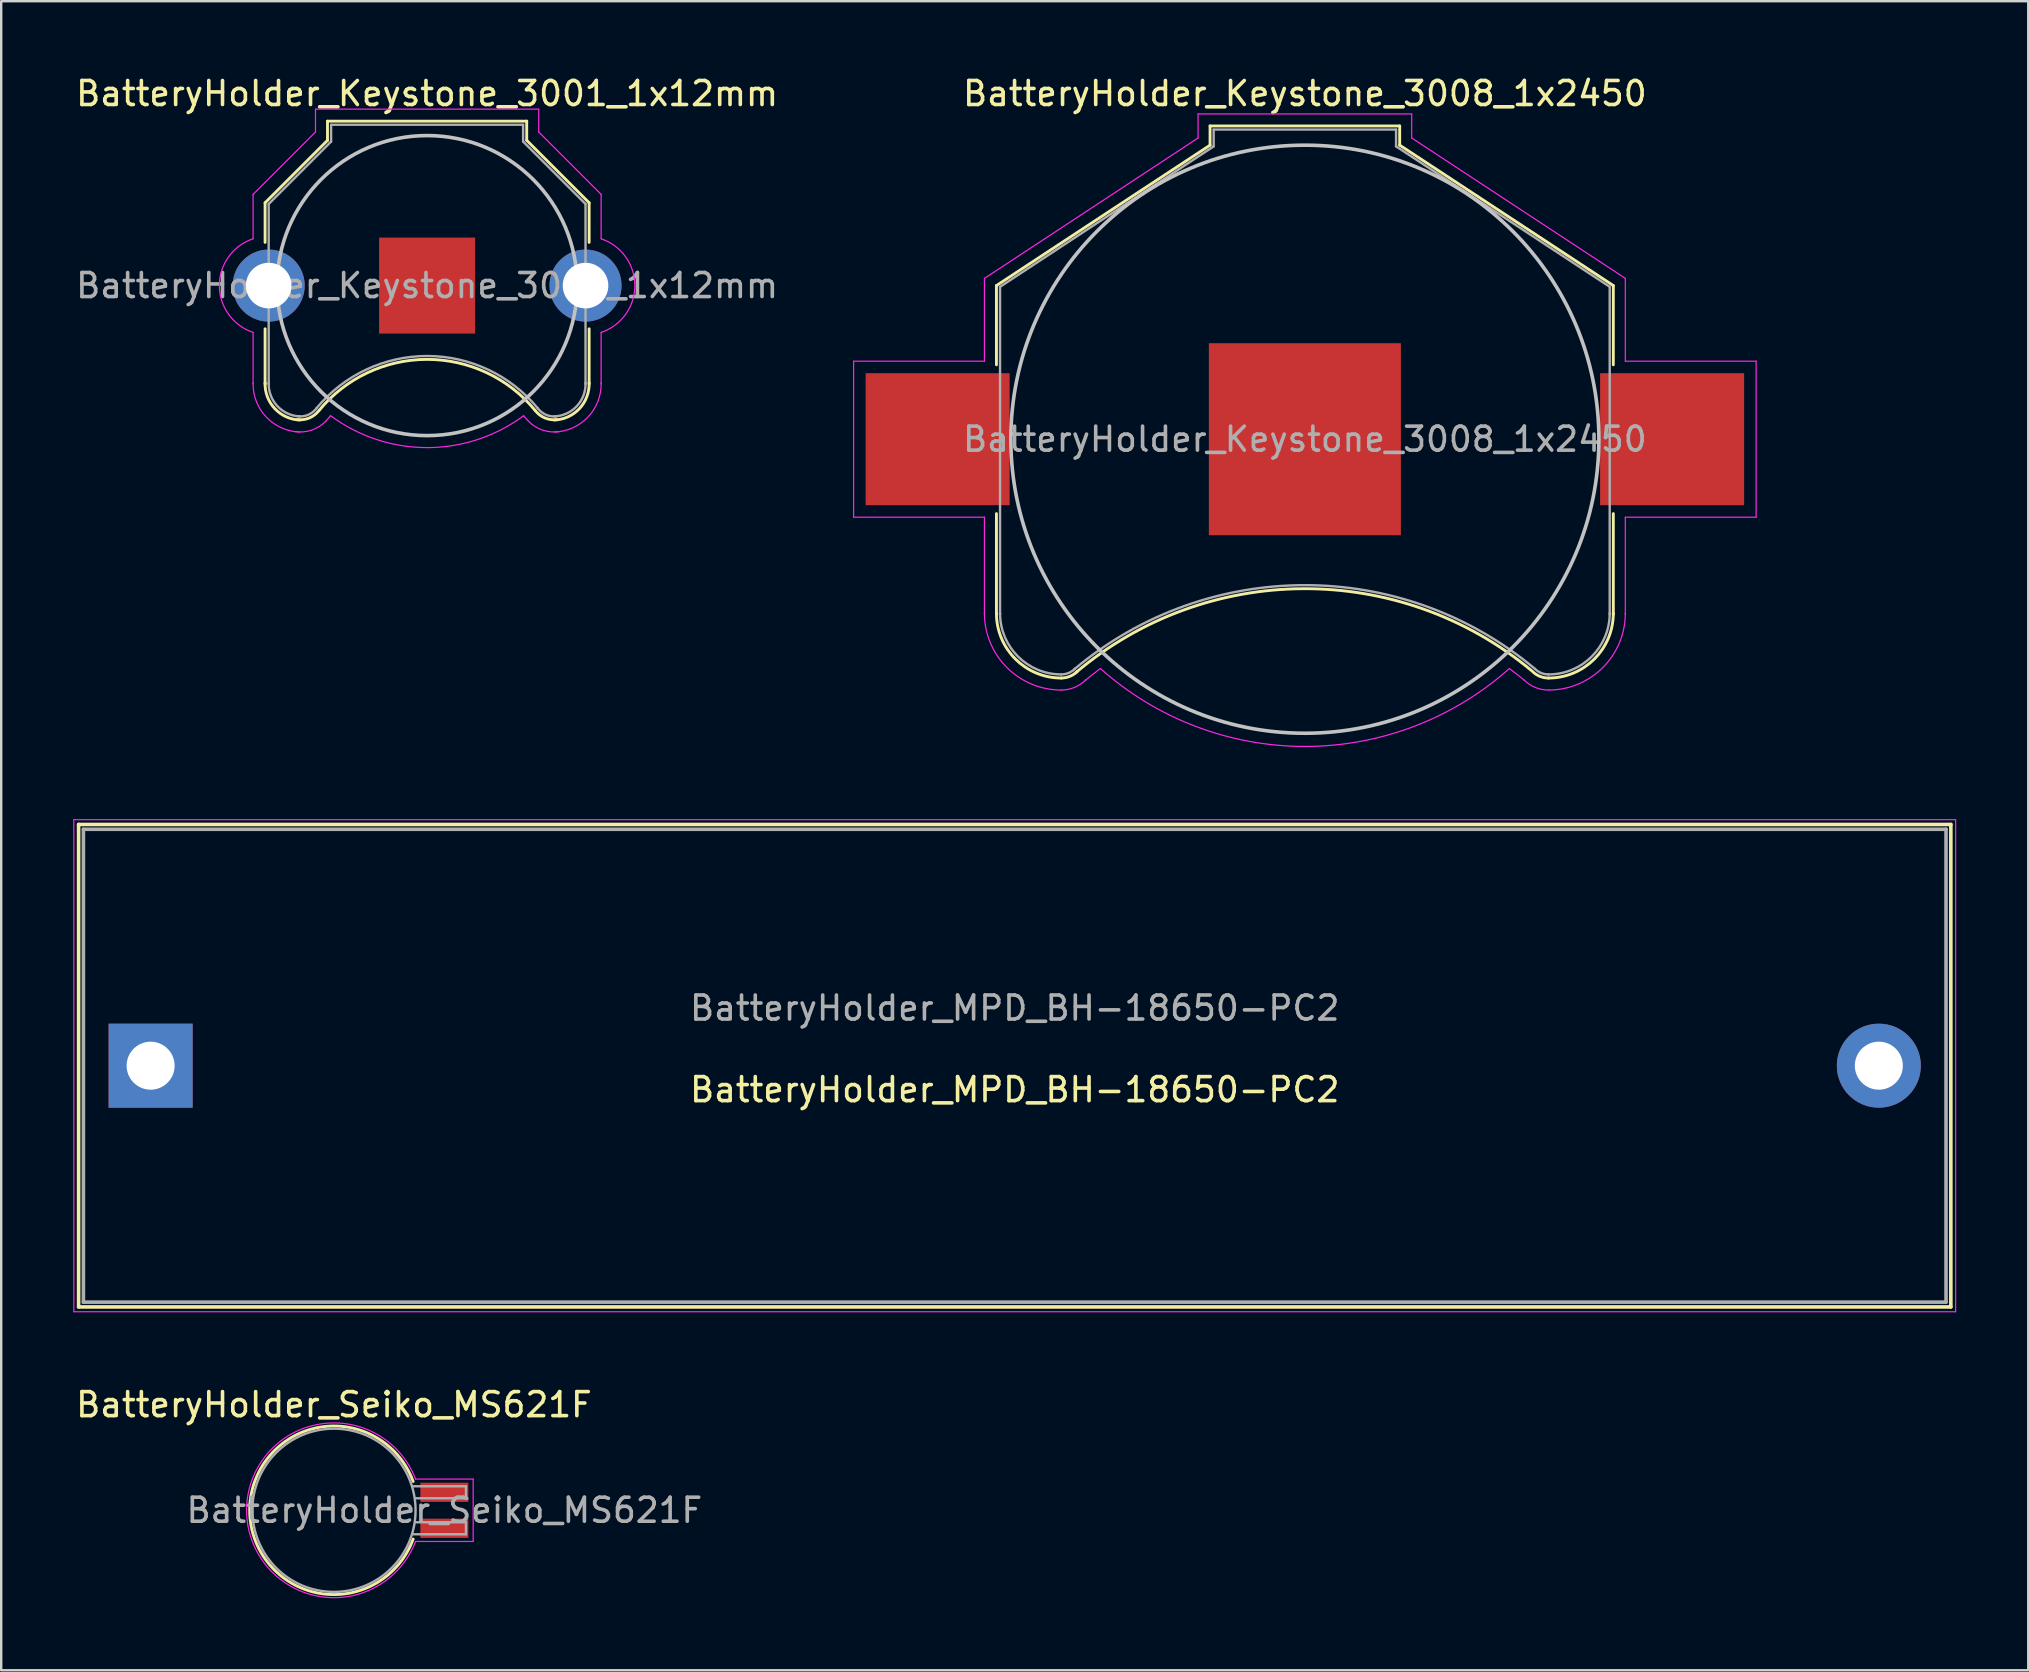
<source format=kicad_pcb>
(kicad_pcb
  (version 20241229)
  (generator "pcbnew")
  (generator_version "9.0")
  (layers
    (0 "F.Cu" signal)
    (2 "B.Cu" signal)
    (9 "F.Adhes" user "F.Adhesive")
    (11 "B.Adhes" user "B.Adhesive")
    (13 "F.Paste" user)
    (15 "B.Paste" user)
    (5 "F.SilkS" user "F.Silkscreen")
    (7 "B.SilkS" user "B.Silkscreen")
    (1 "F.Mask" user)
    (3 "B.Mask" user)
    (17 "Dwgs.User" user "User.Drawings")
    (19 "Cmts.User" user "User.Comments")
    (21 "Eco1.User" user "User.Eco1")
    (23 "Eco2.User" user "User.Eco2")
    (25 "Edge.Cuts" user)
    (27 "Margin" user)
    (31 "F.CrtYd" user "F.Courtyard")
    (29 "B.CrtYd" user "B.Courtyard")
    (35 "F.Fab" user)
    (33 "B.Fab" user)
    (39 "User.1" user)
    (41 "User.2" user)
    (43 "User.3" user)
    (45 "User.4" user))
  (footprint "BatteryHolder_Keystone_3001_1x12mm"
    (layer "F.Cu")
    (at 14.744 8.848)
    (property "Reference" "BatteryHolder_Keystone_3001_1x12mm" (at 0 -8 0) (layer "F.SilkS") (effects (font (size 1 1) (thickness 0.15))))
    (attr through_hole)
    (fp_line (start -6.75 -3.45) (end -4.15 -6.05) (stroke (width 0.12) (type solid)) (layer "F.SilkS"))
    (fp_line (start -6.75 -1.8) (end -6.75 -3.45) (stroke (width 0.12) (type solid)) (layer "F.SilkS"))
    (fp_line (start -6.75 1.8) (end -6.75 4.1) (stroke (width 0.12) (type solid)) (layer "F.SilkS"))
    (fp_line (start -4.15 -6.85) (end 4.15 -6.85) (stroke (width 0.12) (type solid)) (layer "F.SilkS"))
    (fp_line (start -4.15 -6.05) (end -4.15 -6.85) (stroke (width 0.12) (type solid)) (layer "F.SilkS"))
    (fp_line (start 4.15 -6.85) (end 4.15 -6.05) (stroke (width 0.12) (type solid)) (layer "F.SilkS"))
    (fp_line (start 4.15 -6.05) (end 6.75 -3.45) (stroke (width 0.12) (type solid)) (layer "F.SilkS"))
    (fp_line (start 6.75 -3.45) (end 6.75 -1.8) (stroke (width 0.12) (type solid)) (layer "F.SilkS"))
    (fp_line (start 6.75 1.8) (end 6.75 4.1) (stroke (width 0.12) (type solid)) (layer "F.SilkS"))
    (fp_arc (start -5.3 5.6) (mid -6.346016 5.125305) (end -6.75 4.05) (stroke (width 0.12) (type solid)) (layer "F.SilkS"))
    (fp_arc (start -4.5 5.2) (mid -4.90584 5.514615) (end -5.414615 5.58416) (stroke (width 0.12) (type solid)) (layer "F.SilkS"))
    (fp_arc (start -4.5 5.2) (mid -0.007341 3.0742) (end 4.490661 5.188671) (stroke (width 0.12) (type solid)) (layer "F.SilkS"))
    (fp_arc (start 5.414615 5.58416) (mid 4.90584 5.514615) (end 4.5 5.2) (stroke (width 0.12) (type solid)) (layer "F.SilkS"))
    (fp_arc (start 6.75 4.05) (mid 6.346016 5.125305) (end 5.3 5.6) (stroke (width 0.12) (type solid)) (layer "F.SilkS"))
    (fp_circle (center 0 0) (end 0 6.25) (stroke (width 0.15) (type solid)) (fill no) (layer "Dwgs.User"))
    (fp_line (start -7.25 -3.8) (end -4.65 -6.4) (stroke (width 0.05) (type solid)) (layer "F.CrtYd"))
    (fp_line (start -7.25 -1.95) (end -7.25 -3.8) (stroke (width 0.05) (type solid)) (layer "F.CrtYd"))
    (fp_line (start -7.25 1.95) (end -7.25 4.1) (stroke (width 0.05) (type solid)) (layer "F.CrtYd"))
    (fp_line (start -4.65 -7.35) (end 4.65 -7.35) (stroke (width 0.05) (type solid)) (layer "F.CrtYd"))
    (fp_line (start -4.65 -6.4) (end -4.65 -7.35) (stroke (width 0.05) (type solid)) (layer "F.CrtYd"))
    (fp_line (start 4.65 -6.4) (end 4.65 -7.35) (stroke (width 0.05) (type solid)) (layer "F.CrtYd"))
    (fp_line (start 7.25 -3.8) (end 4.65 -6.4) (stroke (width 0.05) (type solid)) (layer "F.CrtYd"))
    (fp_line (start 7.25 -1.95) (end 7.25 -3.8) (stroke (width 0.05) (type solid)) (layer "F.CrtYd"))
    (fp_line (start 7.25 1.95) (end 7.25 4.1) (stroke (width 0.05) (type solid)) (layer "F.CrtYd"))
    (fp_arc (start -7.25 1.95) (mid -8.655479 0.002334) (end -7.254426 -1.948519) (stroke (width 0.05) (type solid)) (layer "F.CrtYd"))
    (fp_arc (start -5.3 6.1) (mid -6.699569 5.478858) (end -7.25 4.05) (stroke (width 0.05) (type solid)) (layer "F.CrtYd"))
    (fp_arc (start -4.22 5.65) (mid -4.814553 6.021742) (end -5.513125 6.082436) (stroke (width 0.05) (type solid)) (layer "F.CrtYd"))
    (fp_arc (start -4.22 5.65) (mid -4.123743 5.534157) (end -4.024388 5.42096) (stroke (width 0.05) (type solid)) (layer "F.CrtYd"))
    (fp_arc (start 0 6.75) (mid -2.119449 6.408622) (end -4.024518 5.419018) (stroke (width 0.05) (type solid)) (layer "F.CrtYd"))
    (fp_arc (start 4.024518 5.419018) (mid 2.119449 6.408622) (end 0 6.75) (stroke (width 0.05) (type solid)) (layer "F.CrtYd"))
    (fp_arc (start 4.02471 5.432858) (mid 4.123824 5.540108) (end 4.22 5.65) (stroke (width 0.05) (type solid)) (layer "F.CrtYd"))
    (fp_arc (start 5.513125 6.082436) (mid 4.814553 6.021742) (end 4.22 5.65) (stroke (width 0.05) (type solid)) (layer "F.CrtYd"))
    (fp_arc (start 7.25 4.05) (mid 6.699569 5.478858) (end 5.3 6.1) (stroke (width 0.05) (type solid)) (layer "F.CrtYd"))
    (fp_arc (start 7.254426 -1.948519) (mid 8.655479 0.002334) (end 7.25 1.95) (stroke (width 0.05) (type solid)) (layer "F.CrtYd"))
    (fp_line (start -6.6 -3.4) (end -6.6 4.1) (stroke (width 0.1) (type solid)) (layer "F.Fab"))
    (fp_line (start -4 -6.7) (end -4 -6) (stroke (width 0.1) (type solid)) (layer "F.Fab"))
    (fp_line (start -4 -6.7) (end 4 -6.7) (stroke (width 0.1) (type solid)) (layer "F.Fab"))
    (fp_line (start -4 -6) (end -6.6 -3.4) (stroke (width 0.1) (type solid)) (layer "F.Fab"))
    (fp_line (start 4 -6.7) (end 4 -6) (stroke (width 0.1) (type solid)) (layer "F.Fab"))
    (fp_line (start 4 -6) (end 6.6 -3.4) (stroke (width 0.1) (type solid)) (layer "F.Fab"))
    (fp_line (start 6.6 -3.4) (end 6.6 4.1) (stroke (width 0.1) (type solid)) (layer "F.Fab"))
    (fp_arc (start -5.3 5.45) (mid -6.239949 5.019239) (end -6.6 4.05) (stroke (width 0.1) (type solid)) (layer "F.Fab"))
    (fp_arc (start -4.6 5.1) (mid -4.942443 5.378013) (end -5.378013 5.447558) (stroke (width 0.1) (type solid)) (layer "F.Fab"))
    (fp_arc (start -4.6 5.1) (mid 0.006214 2.93343) (end 4.607905 5.109589) (stroke (width 0.1) (type solid)) (layer "F.Fab"))
    (fp_arc (start 5.378013 5.447558) (mid 4.942442 5.378013) (end 4.6 5.1) (stroke (width 0.1) (type solid)) (layer "F.Fab"))
    (fp_arc (start 6.6 4.05) (mid 6.239949 5.019239) (end 5.3 5.45) (stroke (width 0.1) (type solid)) (layer "F.Fab"))
    (fp_text user "${REFERENCE}" (at 0 0 0) (layer "F.Fab") (effects (font (size 1 1) (thickness 0.15))))
    (pad "1" thru_hole circle (at -6.6 0) (size 3 3) (drill 1.9) (layers "*.Cu" "*.Mask"))
    (pad "1" thru_hole circle (at 6.6 0) (size 3 3) (drill 1.9) (layers "*.Cu" "*.Mask"))
    (pad "2" smd rect (at 0 0) (size 4 4) (layers "F.Cu" "F.Mask")))
  (footprint "BatteryHolder_Seiko_MS621F"
    (layer "F.Cu")
    (at 15.463 59.871)
    (property "Reference" "BatteryHolder_Seiko_MS621F" (at -4.6 -4.4 0) (layer "F.SilkS") (effects (font (size 1 1) (thickness 0.15))))
    (attr smd)
    (fp_arc (start -1.3 1.2) (mid -8.11141 0.001035) (end -1.300708 -1.201946) (stroke (width 0.12) (type solid)) (layer "F.SilkS"))
    (fp_line (start -1.2 -1.3) (end 1.2 -1.3) (stroke (width 0.05) (type solid)) (layer "F.CrtYd"))
    (fp_line (start 1.2 -1.3) (end 1.2 1.3) (stroke (width 0.05) (type solid)) (layer "F.CrtYd"))
    (fp_line (start 1.2 1.3) (end -1.2 1.3) (stroke (width 0.05) (type solid)) (layer "F.CrtYd"))
    (fp_arc (start -1.2 1.3) (mid -8.240055 0) (end -1.2 -1.3) (stroke (width 0.05) (type solid)) (layer "F.CrtYd"))
    (fp_line (start -1.3 -1) (end 0.9 -1) (stroke (width 0.1) (type solid)) (layer "F.Fab"))
    (fp_line (start -1.2 0.5) (end 0.9 0.5) (stroke (width 0.1) (type solid)) (layer "F.Fab"))
    (fp_line (start 0.9 -1) (end 0.9 -0.5) (stroke (width 0.1) (type solid)) (layer "F.Fab"))
    (fp_line (start 0.9 -0.5) (end -1.2 -0.5) (stroke (width 0.1) (type solid)) (layer "F.Fab"))
    (fp_line (start 0.9 0.5) (end 0.9 1) (stroke (width 0.1) (type solid)) (layer "F.Fab"))
    (fp_line (start 0.9 1) (end -1.3 1) (stroke (width 0.1) (type solid)) (layer "F.Fab"))
    (fp_circle (center -4.6 0) (end -4.6 3.4) (stroke (width 0.1) (type solid)) (fill no) (layer "F.Fab"))
    (fp_text user "${REFERENCE}" (at 0 0 0) (layer "F.Fab") (effects (font (size 1 1) (thickness 0.15))))
    (pad "1" smd rect (at 0 -0.75) (size 2 0.8) (layers "F.Cu" "F.Mask" "F.Paste"))
    (pad "2" smd rect (at 0 0.75) (size 2 0.8) (layers "F.Cu" "F.Mask" "F.Paste")))
  (footprint "BatteryHolder_MPD_BH-18650-PC2"
    (layer "F.Cu")
    (at 3.225 41.348)
    (property "Reference" "BatteryHolder_MPD_BH-18650-PC2" (at 36 1 0) (layer "F.SilkS") (effects (font (size 1 1) (thickness 0.15))))
    (attr through_hole)
    (fp_line (start -3 -10.05) (end 75 -10.05) (stroke (width 0.15) (type solid)) (layer "F.SilkS"))
    (fp_line (start -3 10.05) (end -3 -10.05) (stroke (width 0.15) (type solid)) (layer "F.SilkS"))
    (fp_line (start 75 -10.05) (end 75 10.05) (stroke (width 0.15) (type solid)) (layer "F.SilkS"))
    (fp_line (start 75 10.05) (end -3 10.05) (stroke (width 0.15) (type solid)) (layer "F.SilkS"))
    (fp_line (start -3.2 -10.25) (end 75.2 -10.25) (stroke (width 0.05) (type solid)) (layer "F.CrtYd"))
    (fp_line (start -3.2 10.25) (end -3.2 -10.25) (stroke (width 0.05) (type solid)) (layer "F.CrtYd"))
    (fp_line (start 75.2 -10.25) (end 75.2 10.25) (stroke (width 0.05) (type solid)) (layer "F.CrtYd"))
    (fp_line (start 75.2 10.25) (end -3.2 10.25) (stroke (width 0.05) (type solid)) (layer "F.CrtYd"))
    (fp_line (start -2.8 -9.85) (end 74.8 -9.85) (stroke (width 0.15) (type solid)) (layer "F.Fab"))
    (fp_line (start -2.8 9.85) (end -2.8 -9.85) (stroke (width 0.15) (type solid)) (layer "F.Fab"))
    (fp_line (start 74.8 -9.85) (end 74.8 9.85) (stroke (width 0.15) (type solid)) (layer "F.Fab"))
    (fp_line (start 74.8 9.85) (end -2.8 9.85) (stroke (width 0.15) (type solid)) (layer "F.Fab"))
    (fp_text user "${REFERENCE}" (at 36 -2.4 0) (layer "F.Fab") (effects (font (size 1 1) (thickness 0.15))))
    (pad "1" thru_hole rect (at 0 0) (size 3.5 3.5) (drill 2) (layers "*.Cu" "*.Mask"))
    (pad "2" thru_hole circle (at 72 0) (size 3.5 3.5) (drill 2) (layers "*.Cu" "*.Mask")))
  (footprint "BatteryHolder_Keystone_3008_1x2450"
    (layer "F.Cu")
    (at 51.313 15.248)
    (property "Reference" "BatteryHolder_Keystone_3008_1x2450" (at 0 -14.4 0) (layer "F.SilkS") (effects (font (size 1 1) (thickness 0.15))))
    (attr smd)
    (fp_line (start -12.85 -6.4) (end -12.85 -3.1) (stroke (width 0.12) (type solid)) (layer "F.SilkS"))
    (fp_line (start -12.85 3.1) (end -12.85 7.3) (stroke (width 0.12) (type solid)) (layer "F.SilkS"))
    (fp_line (start -3.95 -13.05) (end -3.95 -12.25) (stroke (width 0.12) (type solid)) (layer "F.SilkS"))
    (fp_line (start -3.95 -13.05) (end 3.95 -13.05) (stroke (width 0.12) (type solid)) (layer "F.SilkS"))
    (fp_line (start -3.95 -12.25) (end -12.85 -6.4) (stroke (width 0.12) (type solid)) (layer "F.SilkS"))
    (fp_line (start 3.95 -13.05) (end 3.95 -12.25) (stroke (width 0.12) (type solid)) (layer "F.SilkS"))
    (fp_line (start 3.95 -12.25) (end 12.85 -6.4) (stroke (width 0.12) (type solid)) (layer "F.SilkS"))
    (fp_line (start 12.85 -6.4) (end 12.85 -3.1) (stroke (width 0.12) (type solid)) (layer "F.SilkS"))
    (fp_line (start 12.85 3.1) (end 12.85 7.3) (stroke (width 0.12) (type solid)) (layer "F.SilkS"))
    (fp_arc (start -10.15 9.95) (mid -12.059188 9.159188) (end -12.85 7.25) (stroke (width 0.12) (type solid)) (layer "F.SilkS"))
    (fp_arc (start -9.55 9.73) (mid -0.071508 6.228057) (end 9.440443 9.638071) (stroke (width 0.12) (type solid)) (layer "F.SilkS"))
    (fp_arc (start -9.478249 9.671751) (mid -9.786451 9.877685) (end -10.15 9.95) (stroke (width 0.12) (type solid)) (layer "F.SilkS"))
    (fp_arc (start 10.15 9.95) (mid 9.786451 9.877686) (end 9.478249 9.671751) (stroke (width 0.12) (type solid)) (layer "F.SilkS"))
    (fp_arc (start 12.85 7.25) (mid 12.059188 9.159188) (end 10.15 9.95) (stroke (width 0.12) (type solid)) (layer "F.SilkS"))
    (fp_circle (center 0 0) (end 12.25 0) (stroke (width 0.15) (type solid)) (fill no) (layer "Dwgs.User"))
    (fp_line (start -18.8 -3.25) (end -18.8 3.25) (stroke (width 0.05) (type solid)) (layer "F.CrtYd"))
    (fp_line (start -18.8 3.25) (end -13.35 3.25) (stroke (width 0.05) (type solid)) (layer "F.CrtYd"))
    (fp_line (start -13.35 -6.7) (end -13.35 -3.25) (stroke (width 0.05) (type solid)) (layer "F.CrtYd"))
    (fp_line (start -13.35 -3.25) (end -18.8 -3.25) (stroke (width 0.05) (type solid)) (layer "F.CrtYd"))
    (fp_line (start -13.35 3.25) (end -13.35 7.3) (stroke (width 0.05) (type solid)) (layer "F.CrtYd"))
    (fp_line (start -4.45 -13.55) (end -4.45 -12.55) (stroke (width 0.05) (type solid)) (layer "F.CrtYd"))
    (fp_line (start -4.45 -13.55) (end 4.45 -13.55) (stroke (width 0.05) (type solid)) (layer "F.CrtYd"))
    (fp_line (start -4.45 -12.55) (end -13.35 -6.7) (stroke (width 0.05) (type solid)) (layer "F.CrtYd"))
    (fp_line (start 4.45 -13.55) (end 4.45 -12.55) (stroke (width 0.05) (type solid)) (layer "F.CrtYd"))
    (fp_line (start 4.45 -12.55) (end 13.35 -6.7) (stroke (width 0.05) (type solid)) (layer "F.CrtYd"))
    (fp_line (start 13.35 -6.7) (end 13.35 -3.25) (stroke (width 0.05) (type solid)) (layer "F.CrtYd"))
    (fp_line (start 13.35 -3.25) (end 18.8 -3.25) (stroke (width 0.05) (type solid)) (layer "F.CrtYd"))
    (fp_line (start 13.35 3.25) (end 13.35 7.3) (stroke (width 0.05) (type solid)) (layer "F.CrtYd"))
    (fp_line (start 18.8 -3.25) (end 18.8 3.25) (stroke (width 0.05) (type solid)) (layer "F.CrtYd"))
    (fp_line (start 18.8 3.25) (end 13.35 3.25) (stroke (width 0.05) (type solid)) (layer "F.CrtYd"))
    (fp_arc (start -10.15 10.45) (mid -12.412742 9.512742) (end -13.35 7.25) (stroke (width 0.05) (type solid)) (layer "F.CrtYd"))
    (fp_arc (start -9.15 10.05) (mid -8.840691 9.798786) (end -8.524488 9.556307) (stroke (width 0.05) (type solid)) (layer "F.CrtYd"))
    (fp_arc (start -9.124695 10.025305) (mid -9.595109 10.339626) (end -10.15 10.45) (stroke (width 0.05) (type solid)) (layer "F.CrtYd"))
    (fp_arc (start 0 12.8) (mid -4.55581 11.961797) (end -8.514949 9.556969) (stroke (width 0.05) (type solid)) (layer "F.CrtYd"))
    (fp_arc (start 8.514949 9.556969) (mid 4.55581 11.961798) (end 0 12.8) (stroke (width 0.05) (type solid)) (layer "F.CrtYd"))
    (fp_arc (start 8.524488 9.556307) (mid 8.840691 9.798786) (end 9.15 10.05) (stroke (width 0.05) (type solid)) (layer "F.CrtYd"))
    (fp_arc (start 10.15 10.45) (mid 9.595109 10.339625) (end 9.124695 10.025305) (stroke (width 0.05) (type solid)) (layer "F.CrtYd"))
    (fp_arc (start 13.35 7.25) (mid 12.412742 9.512742) (end 10.15 10.45) (stroke (width 0.05) (type solid)) (layer "F.CrtYd"))
    (fp_line (start -12.7 -6.35) (end -12.7 7.3) (stroke (width 0.1) (type solid)) (layer "F.Fab"))
    (fp_line (start -3.8 -12.9) (end -3.8 -12.2) (stroke (width 0.1) (type solid)) (layer "F.Fab"))
    (fp_line (start -3.8 -12.9) (end 3.8 -12.9) (stroke (width 0.1) (type solid)) (layer "F.Fab"))
    (fp_line (start -3.8 -12.2) (end -12.7 -6.35) (stroke (width 0.1) (type solid)) (layer "F.Fab"))
    (fp_line (start 3.8 -12.9) (end 3.8 -12.2) (stroke (width 0.1) (type solid)) (layer "F.Fab"))
    (fp_line (start 3.8 -12.2) (end 12.7 -6.35) (stroke (width 0.1) (type solid)) (layer "F.Fab"))
    (fp_line (start 12.7 -6.35) (end 12.7 7.3) (stroke (width 0.1) (type solid)) (layer "F.Fab"))
    (fp_arc (start -10.15 9.8) (mid -11.953122 9.053122) (end -12.7 7.25) (stroke (width 0.1) (type solid)) (layer "F.Fab"))
    (fp_arc (start -9.6 9.58) (mid -0.013392 6.081011) (end 9.579482 9.562783) (stroke (width 0.1) (type solid)) (layer "F.Fab"))
    (fp_arc (start -9.584315 9.565685) (mid -9.843853 9.739103) (end -10.15 9.8) (stroke (width 0.1) (type solid)) (layer "F.Fab"))
    (fp_arc (start 10.15 9.8) (mid 9.843853 9.739104) (end 9.584315 9.565685) (stroke (width 0.1) (type solid)) (layer "F.Fab"))
    (fp_arc (start 12.7 7.25) (mid 11.953122 9.053122) (end 10.15 9.8) (stroke (width 0.1) (type solid)) (layer "F.Fab"))
    (fp_text user "${REFERENCE}" (at 0 0 0) (layer "F.Fab") (effects (font (size 1 1) (thickness 0.15))))
    (pad "1" smd rect (at -15.3 0) (size 6 5.5) (layers "F.Cu" "F.Mask" "F.Paste"))
    (pad "1" smd rect (at 15.3 0) (size 6 5.5) (layers "F.Cu" "F.Mask" "F.Paste"))
    (pad "2" smd rect (at 0 0) (size 8 8) (layers "F.Cu" "F.Mask")))
  (gr_rect
    (start -3 -3)
    (end 81.45 66.537)
    (stroke (width 0.1) (type default))
    (fill no)
    (layer "Edge.Cuts")))
</source>
